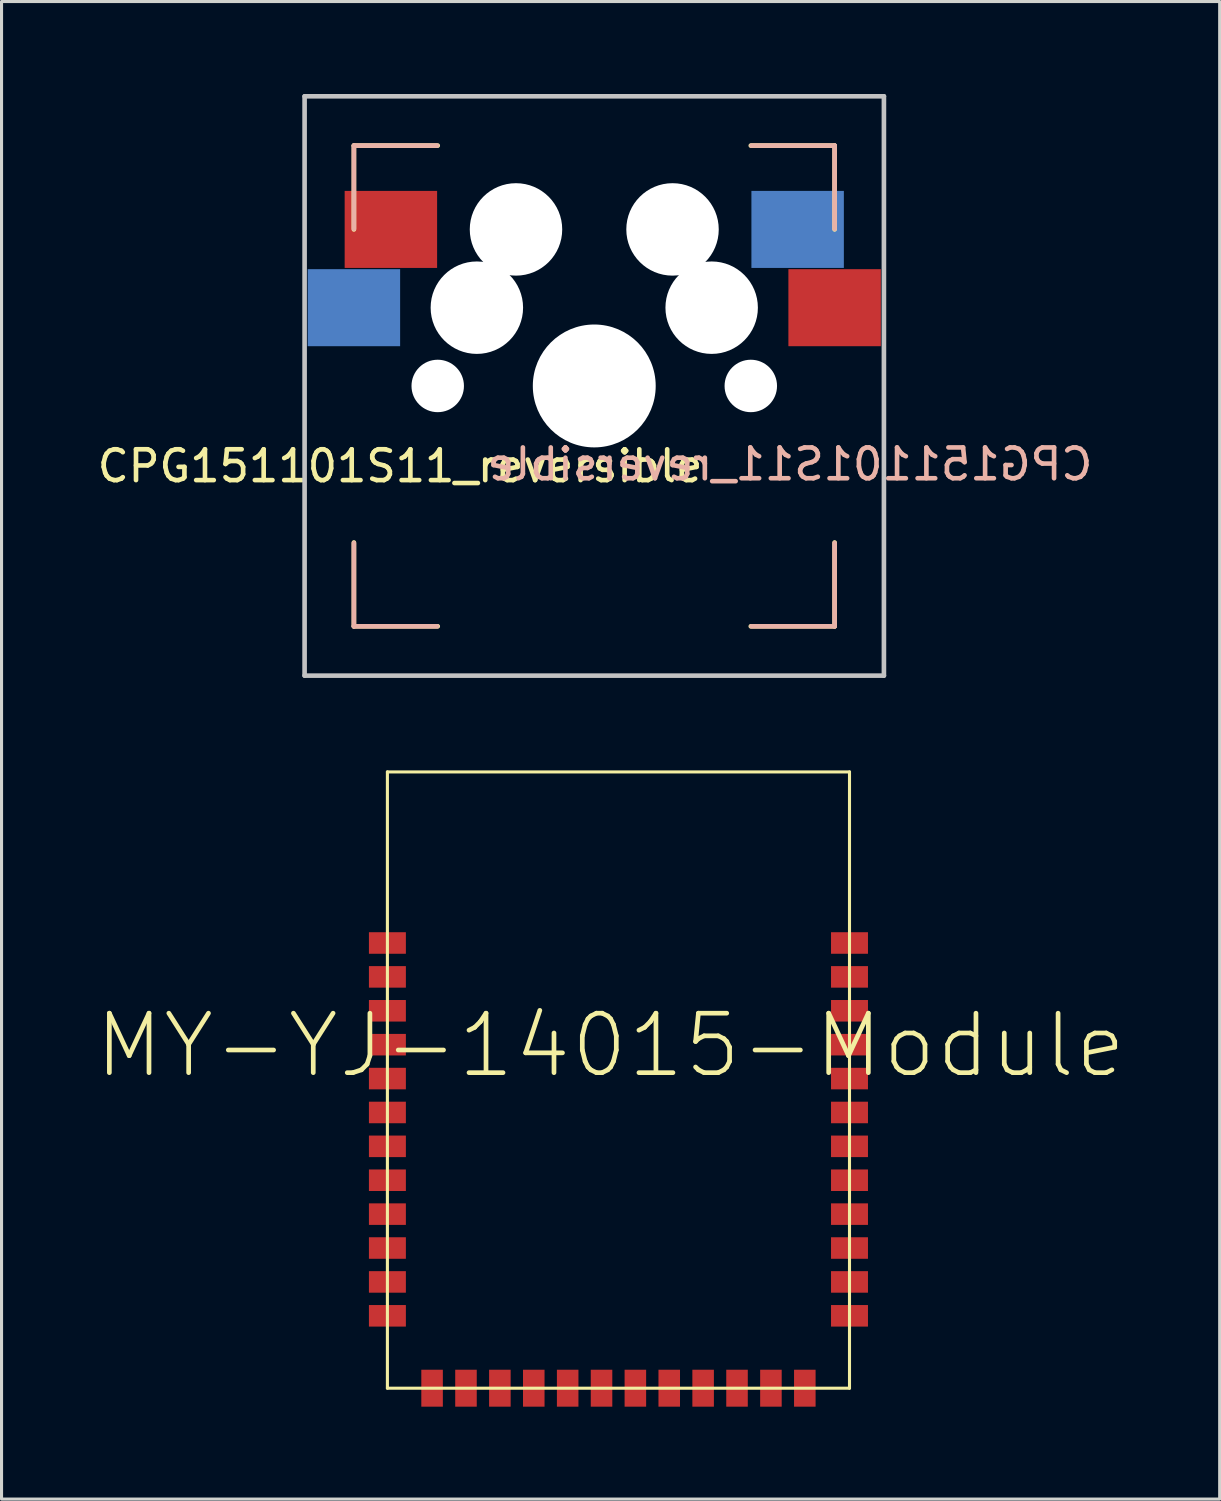
<source format=kicad_pcb>
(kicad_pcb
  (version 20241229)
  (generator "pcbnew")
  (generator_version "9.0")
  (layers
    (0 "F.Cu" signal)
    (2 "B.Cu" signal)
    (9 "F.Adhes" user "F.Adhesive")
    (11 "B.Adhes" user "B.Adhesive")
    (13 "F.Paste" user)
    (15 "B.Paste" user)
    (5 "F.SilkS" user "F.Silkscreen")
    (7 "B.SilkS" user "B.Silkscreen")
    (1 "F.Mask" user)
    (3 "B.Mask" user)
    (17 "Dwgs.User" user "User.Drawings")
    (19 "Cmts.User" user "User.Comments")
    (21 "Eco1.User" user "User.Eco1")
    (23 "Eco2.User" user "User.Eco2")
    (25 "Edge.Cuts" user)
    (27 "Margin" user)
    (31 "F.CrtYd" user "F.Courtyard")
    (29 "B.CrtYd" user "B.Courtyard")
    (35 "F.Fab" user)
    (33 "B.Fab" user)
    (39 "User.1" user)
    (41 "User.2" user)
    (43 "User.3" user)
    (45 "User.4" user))
  (footprint "MY-YJ-14015-Module"
    (layer "F.Cu")
    (at 17.02 42)
    (property "Reference" "MY-YJ-14015-Module" (at -0.254 -11.125 0) (layer "F.SilkS") (effects (font (size 1.93 1.93) (thickness 0.152))))
    (attr smd)
    (fp_line (start -7.498 -20) (end -7.498 0) (stroke (width 0.1) (type solid)) (layer "F.SilkS"))
    (fp_line (start -7.498 0) (end 7.498 0) (stroke (width 0.1) (type solid)) (layer "F.SilkS"))
    (fp_line (start 7.498 -20) (end -7.498 -20) (stroke (width 0.1) (type solid)) (layer "F.SilkS"))
    (fp_line (start 7.498 0) (end 7.498 -20) (stroke (width 0.1) (type solid)) (layer "F.SilkS"))
    (pad "1" smd rect (at -7.498 -14.448 90) (size 0.699 1.199) (layers "F.Cu" "F.Mask" "F.Paste"))
    (pad "2" smd rect (at -7.498 -13.348 90) (size 0.699 1.199) (layers "F.Cu" "F.Mask" "F.Paste"))
    (pad "3" smd rect (at -7.498 -12.248 90) (size 0.699 1.199) (layers "F.Cu" "F.Mask" "F.Paste"))
    (pad "4" smd rect (at -7.498 -11.148 90) (size 0.699 1.199) (layers "F.Cu" "F.Mask" "F.Paste"))
    (pad "5" smd rect (at -7.498 -10.048 90) (size 0.699 1.199) (layers "F.Cu" "F.Mask" "F.Paste"))
    (pad "6" smd rect (at -7.498 -8.948 90) (size 0.699 1.199) (layers "F.Cu" "F.Mask" "F.Paste"))
    (pad "7" smd rect (at -7.498 -7.849 90) (size 0.699 1.199) (layers "F.Cu" "F.Mask" "F.Paste"))
    (pad "8" smd rect (at -7.498 -6.749 90) (size 0.699 1.199) (layers "F.Cu" "F.Mask" "F.Paste"))
    (pad "9" smd rect (at -7.498 -5.649 90) (size 0.699 1.199) (layers "F.Cu" "F.Mask" "F.Paste"))
    (pad "10" smd rect (at -7.498 -4.549 90) (size 0.699 1.199) (layers "F.Cu" "F.Mask" "F.Paste"))
    (pad "11" smd rect (at -7.498 -3.449 90) (size 0.699 1.199) (layers "F.Cu" "F.Mask" "F.Paste"))
    (pad "12" smd rect (at -7.498 -2.349 90) (size 0.699 1.199) (layers "F.Cu" "F.Mask" "F.Paste"))
    (pad "13" smd rect (at -6.048 0 90) (size 1.199 0.699) (layers "F.Cu" "F.Mask" "F.Paste"))
    (pad "14" smd rect (at -4.948 0 90) (size 1.199 0.699) (layers "F.Cu" "F.Mask" "F.Paste"))
    (pad "15" smd rect (at -3.848 0 90) (size 1.199 0.699) (layers "F.Cu" "F.Mask" "F.Paste"))
    (pad "16" smd rect (at -2.748 0 90) (size 1.199 0.699) (layers "F.Cu" "F.Mask" "F.Paste"))
    (pad "17" smd rect (at -1.648 0 90) (size 1.199 0.699) (layers "F.Cu" "F.Mask" "F.Paste"))
    (pad "18" smd rect (at -0.549 0 90) (size 1.199 0.699) (layers "F.Cu" "F.Mask" "F.Paste"))
    (pad "19" smd rect (at 0.549 0 90) (size 1.199 0.699) (layers "F.Cu" "F.Mask" "F.Paste"))
    (pad "20" smd rect (at 1.648 0 90) (size 1.199 0.699) (layers "F.Cu" "F.Mask" "F.Paste"))
    (pad "21" smd rect (at 2.748 0 90) (size 1.199 0.699) (layers "F.Cu" "F.Mask" "F.Paste"))
    (pad "22" smd rect (at 3.848 0 90) (size 1.199 0.699) (layers "F.Cu" "F.Mask" "F.Paste"))
    (pad "23" smd rect (at 4.948 0 90) (size 1.199 0.699) (layers "F.Cu" "F.Mask" "F.Paste"))
    (pad "24" smd rect (at 6.048 0 90) (size 1.199 0.699) (layers "F.Cu" "F.Mask" "F.Paste"))
    (pad "25" smd rect (at 7.498 -2.349 90) (size 0.699 1.199) (layers "F.Cu" "F.Mask" "F.Paste"))
    (pad "26" smd rect (at 7.498 -3.449 90) (size 0.699 1.199) (layers "F.Cu" "F.Mask" "F.Paste"))
    (pad "27" smd rect (at 7.498 -4.549 90) (size 0.699 1.199) (layers "F.Cu" "F.Mask" "F.Paste"))
    (pad "28" smd rect (at 7.498 -5.649 90) (size 0.699 1.199) (layers "F.Cu" "F.Mask" "F.Paste"))
    (pad "29" smd rect (at 7.498 -6.749 90) (size 0.699 1.199) (layers "F.Cu" "F.Mask" "F.Paste"))
    (pad "30" smd rect (at 7.498 -7.849 90) (size 0.699 1.199) (layers "F.Cu" "F.Mask" "F.Paste"))
    (pad "31" smd rect (at 7.498 -8.948 90) (size 0.699 1.199) (layers "F.Cu" "F.Mask" "F.Paste"))
    (pad "32" smd rect (at 7.498 -10.048 90) (size 0.699 1.199) (layers "F.Cu" "F.Mask" "F.Paste"))
    (pad "33" smd rect (at 7.498 -11.148 90) (size 0.699 1.199) (layers "F.Cu" "F.Mask" "F.Paste"))
    (pad "34" smd rect (at 7.498 -12.248 90) (size 0.699 1.199) (layers "F.Cu" "F.Mask" "F.Paste"))
    (pad "35" smd rect (at 7.498 -13.348 90) (size 0.699 1.199) (layers "F.Cu" "F.Mask" "F.Paste"))
    (pad "36" smd rect (at 7.498 -14.448 90) (size 0.699 1.199) (layers "F.Cu" "F.Mask" "F.Paste")))
  (footprint "CPG151101S11_reversible"
    (layer "F.Cu")
    (at 16.235 9.475)
    (property "Reference" "CPG151101S11_reversible" (at -6.3 2.6 0) (layer "F.SilkS") (effects (font (size 1 1) (thickness 0.15))))
    (attr through_hole)
    (fp_line (start -7.8 -7.8) (end -5.08 -7.8) (stroke (width 0.15) (type solid)) (layer "F.SilkS"))
    (fp_line (start -7.8 -5.08) (end -7.8 -7.8) (stroke (width 0.15) (type solid)) (layer "F.SilkS"))
    (fp_line (start -7.8 5.08) (end -7.8 7.8) (stroke (width 0.15) (type solid)) (layer "F.SilkS"))
    (fp_line (start -7.8 7.8) (end -5.08 7.8) (stroke (width 0.15) (type solid)) (layer "F.SilkS"))
    (fp_line (start 5.08 7.8) (end 7.8 7.8) (stroke (width 0.15) (type solid)) (layer "F.SilkS"))
    (fp_line (start 7.8 -7.8) (end 5.08 -7.8) (stroke (width 0.15) (type solid)) (layer "F.SilkS"))
    (fp_line (start 7.8 -5.08) (end 7.8 -7.8) (stroke (width 0.15) (type solid)) (layer "F.SilkS"))
    (fp_line (start 7.8 7.8) (end 7.8 5.08) (stroke (width 0.15) (type solid)) (layer "F.SilkS"))
    (fp_line (start -7.8 -7.8) (end -5.1 -7.8) (stroke (width 0.15) (type solid)) (layer "B.SilkS"))
    (fp_line (start -7.8 -5.1) (end -7.8 -7.8) (stroke (width 0.15) (type solid)) (layer "B.SilkS"))
    (fp_line (start -7.8 7.8) (end -7.8 5.1) (stroke (width 0.15) (type solid)) (layer "B.SilkS"))
    (fp_line (start -5.1 7.8) (end -7.8 7.8) (stroke (width 0.15) (type solid)) (layer "B.SilkS"))
    (fp_line (start 5.1 -7.8) (end 7.8 -7.8) (stroke (width 0.15) (type solid)) (layer "B.SilkS"))
    (fp_line (start 7.8 -7.8) (end 7.8 -5.1) (stroke (width 0.15) (type solid)) (layer "B.SilkS"))
    (fp_line (start 7.8 5.1) (end 7.8 7.8) (stroke (width 0.15) (type solid)) (layer "B.SilkS"))
    (fp_line (start 7.8 7.8) (end 5.1 7.8) (stroke (width 0.15) (type solid)) (layer "B.SilkS"))
    (fp_line (start -9.4 -9.4) (end 9.4 -9.4) (stroke (width 0.15) (type solid)) (layer "Dwgs.User"))
    (fp_line (start -9.4 9.4) (end -9.4 -9.4) (stroke (width 0.15) (type solid)) (layer "Dwgs.User"))
    (fp_line (start 9.4 -9.4) (end 9.4 9.4) (stroke (width 0.15) (type solid)) (layer "Dwgs.User"))
    (fp_line (start 9.4 9.4) (end -9.4 9.4) (stroke (width 0.15) (type solid)) (layer "Dwgs.User"))
    (fp_text user "${REFERENCE}" (at 6.35 2.54 0) (layer "B.SilkS") (effects (font (size 1 1) (thickness 0.15)) (justify mirror)))
    (pad "" np_thru_hole circle (at -5.08 0) (size 1.702 1.702) (drill 1.702) (layers "*.Cu" "*.Mask"))
    (pad "" np_thru_hole circle (at -3.81 -2.54) (size 3 3) (drill 3) (layers "*.Cu" "*.Mask"))
    (pad "" np_thru_hole circle (at -2.54 -5.08) (size 3 3) (drill 3) (layers "*.Cu" "*.Mask"))
    (pad "" np_thru_hole circle (at 0 0) (size 3.988 3.988) (drill 3.988) (layers "*.Cu" "*.Mask"))
    (pad "" np_thru_hole circle (at 2.54 -5.08) (size 3 3) (drill 3) (layers "*.Cu" "*.Mask"))
    (pad "" np_thru_hole circle (at 3.81 -2.54) (size 3 3) (drill 3) (layers "*.Cu" "*.Mask"))
    (pad "" np_thru_hole circle (at 5.08 0) (size 1.702 1.702) (drill 1.702) (layers "*.Cu" "*.Mask"))
    (pad "1" smd rect (at -6.6 -5.08) (size 3 2.5) (layers "F.Cu" "F.Mask" "F.Paste"))
    (pad "1" smd rect (at 6.6 -5.08) (size 3 2.5) (layers "B.Cu" "B.Mask" "B.Paste"))
    (pad "2" smd rect (at -7.8 -2.54) (size 3 2.5) (layers "B.Cu" "B.Mask" "B.Paste"))
    (pad "2" smd rect (at 7.8 -2.54) (size 3 2.5) (layers "F.Cu" "F.Mask" "F.Paste")))
  (gr_rect
    (start -3 -3)
    (end 36.531 45.599)
    (stroke (width 0.1) (type default))
    (fill no)
    (layer "Edge.Cuts")))
</source>
